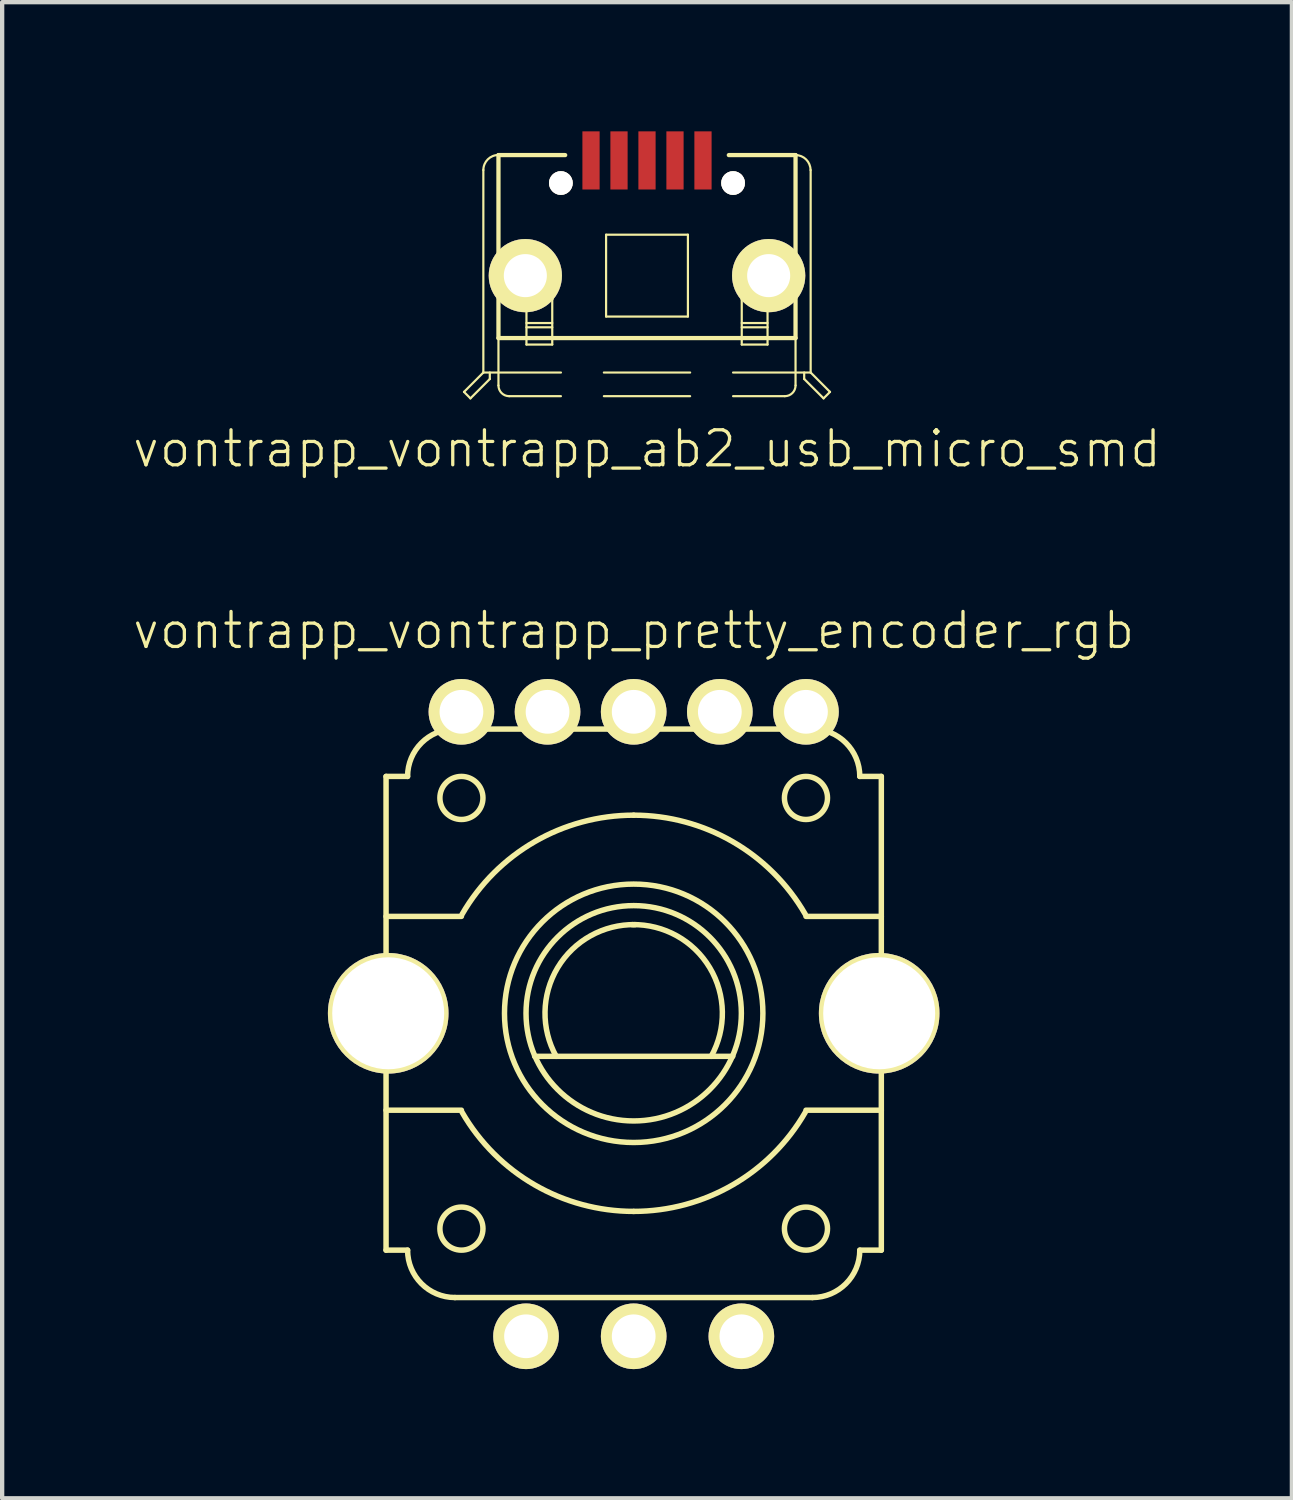
<source format=kicad_pcb>
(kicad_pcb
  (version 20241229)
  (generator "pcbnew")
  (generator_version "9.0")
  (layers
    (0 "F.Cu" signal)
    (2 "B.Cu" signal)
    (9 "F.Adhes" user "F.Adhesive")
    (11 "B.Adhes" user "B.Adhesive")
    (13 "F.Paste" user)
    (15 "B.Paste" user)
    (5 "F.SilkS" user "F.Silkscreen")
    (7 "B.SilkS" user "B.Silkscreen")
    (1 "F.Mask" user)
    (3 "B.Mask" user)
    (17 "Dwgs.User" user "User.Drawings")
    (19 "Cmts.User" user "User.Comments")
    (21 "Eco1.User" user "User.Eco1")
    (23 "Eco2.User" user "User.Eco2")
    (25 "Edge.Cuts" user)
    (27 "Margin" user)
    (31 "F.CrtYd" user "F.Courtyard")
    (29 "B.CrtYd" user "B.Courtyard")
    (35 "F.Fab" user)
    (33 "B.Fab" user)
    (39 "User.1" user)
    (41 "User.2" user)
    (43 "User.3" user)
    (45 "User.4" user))
  (footprint "vontrapp_vontrapp_pretty_encoder_rgb"
    (layer "F.Cu")
    (at 11.664 20.478)
    (property "Reference" "vontrapp_vontrapp_pretty_encoder_rgb" (at 0 -8.89 0) (layer "F.SilkS") (effects (font (size 0.813 0.813) (thickness 0.076))))
    (attr through_hole)
    (fp_line (start -5.75 -5.5) (end -5.75 5.5) (stroke (width 0.127) (type solid)) (layer "F.SilkS"))
    (fp_line (start -5.75 -5.5) (end -5.25 -5.5) (stroke (width 0.127) (type solid)) (layer "F.SilkS"))
    (fp_line (start -5.75 -2.25) (end -4 -2.25) (stroke (width 0.127) (type solid)) (layer "F.SilkS"))
    (fp_line (start -5.75 2.25) (end -4 2.25) (stroke (width 0.127) (type solid)) (layer "F.SilkS"))
    (fp_line (start -5.75 5.5) (end -5.25 5.5) (stroke (width 0.127) (type solid)) (layer "F.SilkS"))
    (fp_line (start -4.15 -6.6) (end 4.15 -6.6) (stroke (width 0.127) (type solid)) (layer "F.SilkS"))
    (fp_line (start -4.15 6.6) (end 4.15 6.6) (stroke (width 0.127) (type solid)) (layer "F.SilkS"))
    (fp_line (start -2.3 1) (end 2.3 1) (stroke (width 0.127) (type solid)) (layer "F.SilkS"))
    (fp_line (start 5.75 -5.5) (end 5.25 -5.5) (stroke (width 0.127) (type solid)) (layer "F.SilkS"))
    (fp_line (start 5.75 -5.5) (end 5.75 5.5) (stroke (width 0.127) (type solid)) (layer "F.SilkS"))
    (fp_line (start 5.75 -2.25) (end 4 -2.25) (stroke (width 0.127) (type solid)) (layer "F.SilkS"))
    (fp_line (start 5.75 2.25) (end 4 2.25) (stroke (width 0.127) (type solid)) (layer "F.SilkS"))
    (fp_line (start 5.75 5.5) (end 5.25 5.5) (stroke (width 0.127) (type solid)) (layer "F.SilkS"))
    (fp_arc (start -5.25 -5.5) (mid -4.927817 -6.277817) (end -4.15 -6.6) (stroke (width 0.127) (type solid)) (layer "F.SilkS"))
    (fp_arc (start -4.15 6.6) (mid -4.927817 6.277817) (end -5.25 5.5) (stroke (width 0.127) (type solid)) (layer "F.SilkS"))
    (fp_arc (start -3.983717 -2.3) (mid -2.3 -3.983717) (end 0 -4.6) (stroke (width 0.127) (type solid)) (layer "F.SilkS"))
    (fp_arc (start -1.8 1) (mid -1.766025 -1.058846) (end 0.033975 -2.058846) (stroke (width 0.127) (type solid)) (layer "F.SilkS"))
    (fp_arc (start -0.033975 -2.058846) (mid 1.766026 -1.058846) (end 1.8 1) (stroke (width 0.127) (type solid)) (layer "F.SilkS"))
    (fp_arc (start 0 -4.6) (mid 2.3 -3.983717) (end 3.983717 -2.3) (stroke (width 0.127) (type solid)) (layer "F.SilkS"))
    (fp_arc (start 0 4.6) (mid -2.3 3.983717) (end -3.983717 2.3) (stroke (width 0.127) (type solid)) (layer "F.SilkS"))
    (fp_arc (start 3.983717 2.3) (mid 2.3 3.983717) (end 0 4.6) (stroke (width 0.127) (type solid)) (layer "F.SilkS"))
    (fp_arc (start 4.15 -6.6) (mid 4.927817 -6.277817) (end 5.25 -5.5) (stroke (width 0.127) (type solid)) (layer "F.SilkS"))
    (fp_arc (start 5.25 5.5) (mid 4.927817 6.277817) (end 4.15 6.6) (stroke (width 0.127) (type solid)) (layer "F.SilkS"))
    (fp_circle (center -4 -5) (end -4 -5.5) (stroke (width 0.127) (type solid)) (fill no) (layer "F.SilkS"))
    (fp_circle (center -4 5) (end -4 4.5) (stroke (width 0.127) (type solid)) (fill no) (layer "F.SilkS"))
    (fp_circle (center 0 0) (end 0 -3) (stroke (width 0.127) (type solid)) (fill no) (layer "F.SilkS"))
    (fp_circle (center 0 0) (end 0 -2.5) (stroke (width 0.127) (type solid)) (fill no) (layer "F.SilkS"))
    (fp_circle (center 4 -5) (end 4 -5.5) (stroke (width 0.127) (type solid)) (fill no) (layer "F.SilkS"))
    (fp_circle (center 4 5) (end 4 4.5) (stroke (width 0.127) (type solid)) (fill no) (layer "F.SilkS"))
    (pad "" thru_hole circle (at -5.7 0) (size 2.8 2.8) (drill 2.6) (layers "*.Cu" "*.Mask" "F.SilkS"))
    (pad "" thru_hole circle (at 5.7 0) (size 2.8 2.8) (drill 2.6) (layers "*.Cu" "*.Mask" "F.SilkS"))
    (pad "1" thru_hole circle (at -4 -7) (size 1.524 1.524) (drill 1.016) (layers "*.Cu" "*.Mask" "F.SilkS"))
    (pad "2" thru_hole circle (at -2 -7) (size 1.524 1.524) (drill 1.016) (layers "*.Cu" "*.Mask" "F.SilkS"))
    (pad "3" thru_hole circle (at 0 -7) (size 1.524 1.524) (drill 1.016) (layers "*.Cu" "*.Mask" "F.SilkS"))
    (pad "4" thru_hole circle (at 2 -7) (size 1.524 1.524) (drill 1.016) (layers "*.Cu" "*.Mask" "F.SilkS"))
    (pad "5" thru_hole circle (at 4 -7) (size 1.524 1.524) (drill 1.016) (layers "*.Cu" "*.Mask" "F.SilkS"))
    (pad "A" thru_hole circle (at -2.5 7.5) (size 1.524 1.524) (drill 1.016) (layers "*.Cu" "*.Mask" "F.SilkS"))
    (pad "B" thru_hole circle (at 2.5 7.5) (size 1.524 1.524) (drill 1.016) (layers "*.Cu" "*.Mask" "F.SilkS"))
    (pad "C" thru_hole circle (at 0 7.5) (size 1.524 1.524) (drill 1.016) (layers "*.Cu" "*.Mask" "F.SilkS")))
  (footprint "vontrapp_vontrapp_ab2_usb_micro_smd"
    (layer "F.Cu")
    (at 11.973 6.1)
    (property "Reference" "vontrapp_vontrapp_ab2_usb_micro_smd" (at 0 1.27 0) (layer "F.SilkS") (effects (font (size 0.813 0.813) (thickness 0.076))))
    (attr through_hole)
    (fp_line (start -4.249 -0.05) (end -4.1 0.1) (stroke (width 0.051) (type solid)) (layer "F.SilkS"))
    (fp_line (start -4.1 0.1) (end -3.65 -0.35) (stroke (width 0.051) (type solid)) (layer "F.SilkS"))
    (fp_line (start -3.8 -5.201) (end -3.8 -0.5) (stroke (width 0.051) (type solid)) (layer "F.SilkS"))
    (fp_line (start -3.8 -0.5) (end -4.249 -0.05) (stroke (width 0.051) (type solid)) (layer "F.SilkS"))
    (fp_line (start -3.8 -0.5) (end -1.999 -0.5) (stroke (width 0.051) (type solid)) (layer "F.SilkS"))
    (fp_line (start -3.65 -0.35) (end -3.65 -0.5) (stroke (width 0.051) (type solid)) (layer "F.SilkS"))
    (fp_line (start -3.449 -5.549) (end -1.9 -5.549) (stroke (width 0.099) (type solid)) (layer "F.SilkS"))
    (fp_line (start -3.449 -1.3) (end -3.449 -5.549) (stroke (width 0.099) (type solid)) (layer "F.SilkS"))
    (fp_line (start -3.449 -1.3) (end -3.449 -0.2) (stroke (width 0.051) (type solid)) (layer "F.SilkS"))
    (fp_line (start -3.449 -1.3) (end 3.449 -1.3) (stroke (width 0.099) (type solid)) (layer "F.SilkS"))
    (fp_line (start -3.2 0.049) (end -1.999 0.049) (stroke (width 0.051) (type solid)) (layer "F.SilkS"))
    (fp_line (start -2.799 -1.65) (end -2.2 -1.65) (stroke (width 0.051) (type solid)) (layer "F.SilkS"))
    (fp_line (start -2.799 -1.551) (end -2.2 -1.551) (stroke (width 0.051) (type solid)) (layer "F.SilkS"))
    (fp_line (start -2.799 -1.15) (end -2.799 -2.199) (stroke (width 0.051) (type solid)) (layer "F.SilkS"))
    (fp_line (start -2.799 -1.15) (end -2.2 -1.15) (stroke (width 0.051) (type solid)) (layer "F.SilkS"))
    (fp_line (start -2.2 -1.15) (end -2.2 -2.199) (stroke (width 0.051) (type solid)) (layer "F.SilkS"))
    (fp_line (start -1.001 -0.5) (end 1.001 -0.5) (stroke (width 0.051) (type solid)) (layer "F.SilkS"))
    (fp_line (start -1.001 0.049) (end 1.001 0.049) (stroke (width 0.051) (type solid)) (layer "F.SilkS"))
    (fp_line (start -0.95 -3.7) (end 0.95 -3.7) (stroke (width 0.051) (type solid)) (layer "F.SilkS"))
    (fp_line (start -0.95 -1.8) (end -0.95 -3.7) (stroke (width 0.051) (type solid)) (layer "F.SilkS"))
    (fp_line (start 0.95 -3.7) (end 0.95 -1.8) (stroke (width 0.051) (type solid)) (layer "F.SilkS"))
    (fp_line (start 0.95 -1.8) (end -0.95 -1.8) (stroke (width 0.051) (type solid)) (layer "F.SilkS"))
    (fp_line (start 1.999 -0.5) (end 3.8 -0.5) (stroke (width 0.051) (type solid)) (layer "F.SilkS"))
    (fp_line (start 1.999 0.049) (end 3.2 0.049) (stroke (width 0.051) (type solid)) (layer "F.SilkS"))
    (fp_line (start 2.2 -1.65) (end 2.799 -1.65) (stroke (width 0.051) (type solid)) (layer "F.SilkS"))
    (fp_line (start 2.2 -1.551) (end 2.799 -1.551) (stroke (width 0.051) (type solid)) (layer "F.SilkS"))
    (fp_line (start 2.2 -1.15) (end 2.2 -2.199) (stroke (width 0.051) (type solid)) (layer "F.SilkS"))
    (fp_line (start 2.2 -1.15) (end 2.799 -1.15) (stroke (width 0.051) (type solid)) (layer "F.SilkS"))
    (fp_line (start 2.799 -1.15) (end 2.799 -2.199) (stroke (width 0.051) (type solid)) (layer "F.SilkS"))
    (fp_line (start 3.449 -5.549) (end 1.9 -5.549) (stroke (width 0.099) (type solid)) (layer "F.SilkS"))
    (fp_line (start 3.449 -1.3) (end 3.449 -5.549) (stroke (width 0.099) (type solid)) (layer "F.SilkS"))
    (fp_line (start 3.449 -1.3) (end 3.449 -0.2) (stroke (width 0.051) (type solid)) (layer "F.SilkS"))
    (fp_line (start 3.65 -0.35) (end 3.65 -0.5) (stroke (width 0.051) (type solid)) (layer "F.SilkS"))
    (fp_line (start 3.8 -5.201) (end 3.8 -0.5) (stroke (width 0.051) (type solid)) (layer "F.SilkS"))
    (fp_line (start 3.8 -0.5) (end 4.249 -0.05) (stroke (width 0.051) (type solid)) (layer "F.SilkS"))
    (fp_line (start 4.1 0.1) (end 3.65 -0.35) (stroke (width 0.051) (type solid)) (layer "F.SilkS"))
    (fp_line (start 4.1 0.1) (end 4.249 -0.05) (stroke (width 0.051) (type solid)) (layer "F.SilkS"))
    (fp_arc (start -3.79984 -5.2011) (mid -3.697175 -5.448955) (end -3.44932 -5.55162) (stroke (width 0.0508) (type solid)) (layer "F.SilkS"))
    (fp_arc (start -3.2004 0.04908) (mid -3.376413 -0.023827) (end -3.44932 -0.19984) (stroke (width 0.0508) (type solid)) (layer "F.SilkS"))
    (fp_arc (start -2.79908 -2.19882) (mid -2.711294 -2.410754) (end -2.49936 -2.49854) (stroke (width 0.0508) (type solid)) (layer "F.SilkS"))
    (fp_arc (start -2.49936 -2.50108) (mid -2.28563 -2.41255) (end -2.1971 -2.19882) (stroke (width 0.0508) (type solid)) (layer "F.SilkS"))
    (fp_arc (start 2.19964 -2.19882) (mid 2.287426 -2.410754) (end 2.49936 -2.49854) (stroke (width 0.0508) (type solid)) (layer "F.SilkS"))
    (fp_arc (start 2.49936 -2.50108) (mid 2.71309 -2.41255) (end 2.80162 -2.19882) (stroke (width 0.0508) (type solid)) (layer "F.SilkS"))
    (fp_arc (start 3.44932 -5.54908) (mid 3.695379 -5.447159) (end 3.7973 -5.2011) (stroke (width 0.0508) (type solid)) (layer "F.SilkS"))
    (fp_arc (start 3.44932 -0.19984) (mid 3.376413 -0.023827) (end 3.2004 0.04908) (stroke (width 0.0508) (type solid)) (layer "F.SilkS"))
    (pad "" thru_hole circle (at -2 -4.9) (size 0.55 0.55) (drill 0.55) (layers "*.Cu" "*.Mask" "F.SilkS"))
    (pad "" thru_hole circle (at 1.999 -4.9) (size 0.55 0.55) (drill 0.55) (layers "*.Cu" "*.Mask" "F.SilkS"))
    (pad "1" smd rect (at -1.3 -5.425) (size 0.4 1.35) (layers "F.Cu" "F.Mask" "F.Paste"))
    (pad "2" smd rect (at -0.65 -5.425) (size 0.4 1.35) (layers "F.Cu" "F.Mask" "F.Paste"))
    (pad "3" smd rect (at 0 -5.425) (size 0.4 1.35) (layers "F.Cu" "F.Mask" "F.Paste"))
    (pad "4" smd rect (at 0.65 -5.425) (size 0.4 1.35) (layers "F.Cu" "F.Mask" "F.Paste"))
    (pad "5" smd rect (at 1.3 -5.425) (size 0.4 1.35) (layers "F.Cu" "F.Mask" "F.Paste"))
    (pad "SH" thru_hole circle (at -2.825 -2.75) (size 1.7 1.7) (drill 1) (layers "*.Cu" "*.Mask" "F.SilkS"))
    (pad "SH" thru_hole circle (at 2.825 -2.75) (size 1.7 1.7) (drill 1) (layers "*.Cu" "*.Mask" "F.SilkS")))
  (gr_rect
    (start -3 -3)
    (end 26.947 31.74)
    (stroke (width 0.1) (type default))
    (fill no)
    (layer "Edge.Cuts")))
</source>
